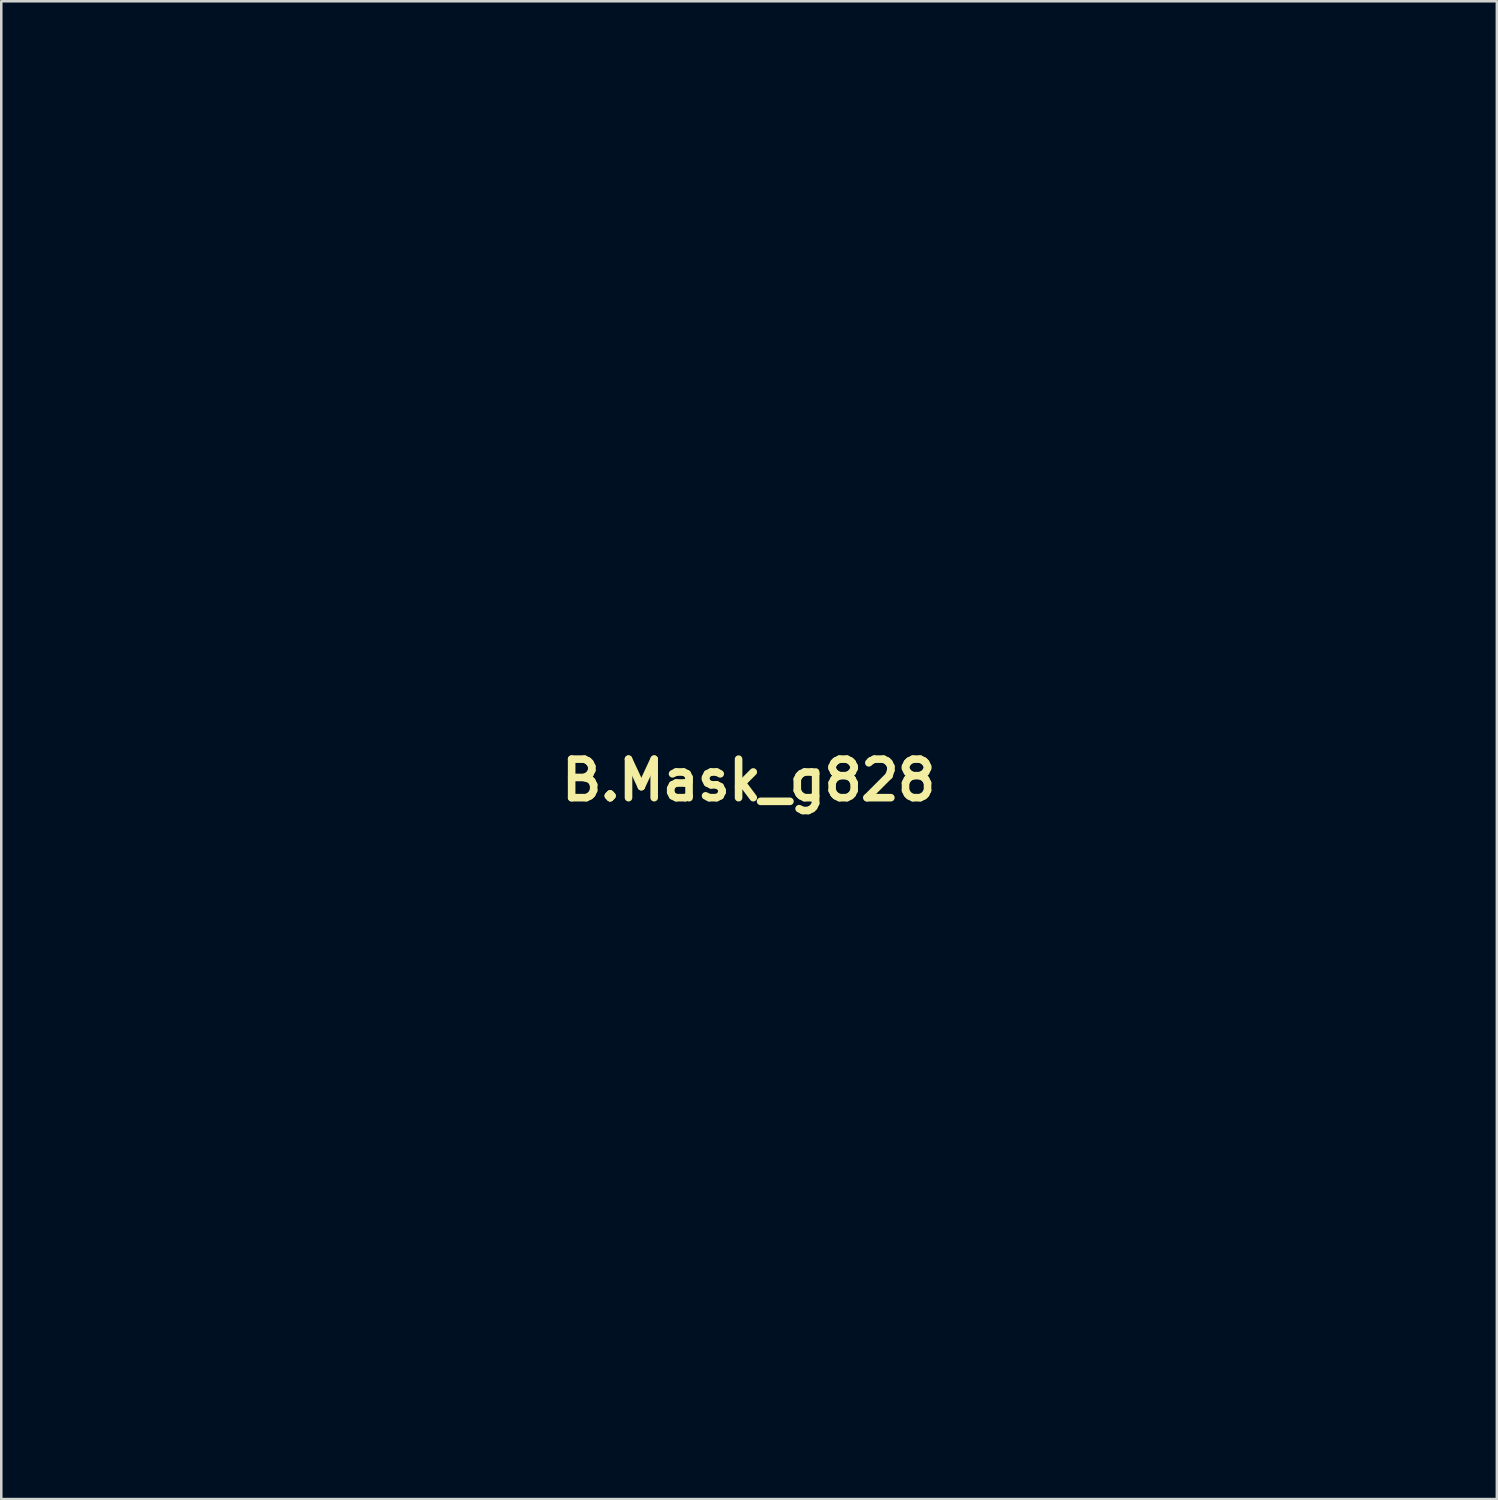
<source format=kicad_pcb>
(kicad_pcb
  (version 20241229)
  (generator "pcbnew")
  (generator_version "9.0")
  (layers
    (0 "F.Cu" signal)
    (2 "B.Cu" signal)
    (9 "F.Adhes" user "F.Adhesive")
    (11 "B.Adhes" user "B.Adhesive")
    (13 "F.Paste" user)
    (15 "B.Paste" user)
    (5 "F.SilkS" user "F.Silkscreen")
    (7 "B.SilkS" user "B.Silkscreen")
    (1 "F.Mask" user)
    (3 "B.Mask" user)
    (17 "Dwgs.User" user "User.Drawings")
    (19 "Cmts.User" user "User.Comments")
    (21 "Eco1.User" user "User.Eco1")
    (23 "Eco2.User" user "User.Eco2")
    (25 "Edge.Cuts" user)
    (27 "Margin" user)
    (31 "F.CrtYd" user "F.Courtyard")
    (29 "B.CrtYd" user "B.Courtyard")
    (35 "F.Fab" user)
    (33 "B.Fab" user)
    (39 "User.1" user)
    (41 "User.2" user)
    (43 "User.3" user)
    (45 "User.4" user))
  (footprint "B.Mask_g828"
    (layer "F.Cu")
    (at 26.566 27.815)
    (property "Reference" "B.Mask_g828" (at 0 0 0) (layer "F.SilkS") (effects (font (size 1.524 1.524) (thickness 0.3))))
    (attr through_hole)
    (fp_poly (pts (xy 15.496 21.475) (xy 15.701 21.509) (xy 15.878 21.567) (xy 16.029 21.65) (xy 16.16 21.76) (xy 16.172 21.773) (xy 16.257 21.872) (xy 16.315 21.968) (xy 16.352 22.072) (xy 16.372 22.198) (xy 16.379 22.299) (xy 16.382 22.406) (xy 16.378 22.486) (xy 16.367 22.557) (xy 16.346 22.634) (xy 16.331 22.68) (xy 16.248 22.884) (xy 16.137 23.086) (xy 15.993 23.291) (xy 15.814 23.504) (xy 15.664 23.66) (xy 15.375 23.929) (xy 15.054 24.186) (xy 14.708 24.428) (xy 14.344 24.652) (xy 13.967 24.854) (xy 13.583 25.032) (xy 13.199 25.182) (xy 12.82 25.3) (xy 12.454 25.384) (xy 12.428 25.389) (xy 12.288 25.409) (xy 12.132 25.423) (xy 11.973 25.43) (xy 11.825 25.431) (xy 11.7 25.425) (xy 11.663 25.421) (xy 11.447 25.374) (xy 11.26 25.298) (xy 11.101 25.197) (xy 10.975 25.072) (xy 10.881 24.925) (xy 10.823 24.759) (xy 10.801 24.577) (xy 10.817 24.379) (xy 10.825 24.342) (xy 10.888 24.134) (xy 10.99 23.921) (xy 11.128 23.704) (xy 11.297 23.486) (xy 11.495 23.269) (xy 11.719 23.054) (xy 11.965 22.845) (xy 12.23 22.642) (xy 12.512 22.449) (xy 12.806 22.267) (xy 13.109 22.098) (xy 13.419 21.944) (xy 13.732 21.808) (xy 14.044 21.692) (xy 14.354 21.597) (xy 14.657 21.526) (xy 14.95 21.481) (xy 15.23 21.463) (xy 15.258 21.463) (xy 15.496 21.475)) (stroke (width 0.01) (type solid)) (fill yes) (layer "B.Mask"))
    (fp_poly (pts (xy 0.425 11.259) (xy 0.829 11.294) (xy 1.266 11.355) (xy 1.734 11.442) (xy 2.233 11.555) (xy 2.381 11.592) (xy 2.611 11.652) (xy 2.804 11.705) (xy 2.964 11.753) (xy 3.097 11.797) (xy 3.206 11.84) (xy 3.296 11.882) (xy 3.371 11.926) (xy 3.424 11.963) (xy 3.638 12.133) (xy 3.814 12.295) (xy 3.956 12.452) (xy 4.065 12.609) (xy 4.144 12.772) (xy 4.196 12.944) (xy 4.224 13.129) (xy 4.229 13.334) (xy 4.227 13.397) (xy 4.195 13.688) (xy 4.128 13.962) (xy 4.023 14.223) (xy 3.879 14.476) (xy 3.788 14.605) (xy 3.621 14.802) (xy 3.429 14.974) (xy 3.213 15.122) (xy 2.969 15.246) (xy 2.697 15.347) (xy 2.395 15.425) (xy 2.063 15.48) (xy 1.697 15.513) (xy 1.298 15.525) (xy 0.863 15.515) (xy 0.847 15.514) (xy 0.419 15.487) (xy 0.01 15.448) (xy -0.377 15.396) (xy -0.738 15.333) (xy -1.069 15.258) (xy -1.368 15.174) (xy -1.63 15.079) (xy -1.767 15.019) (xy -1.938 14.929) (xy -2.085 14.831) (xy -2.21 14.719) (xy -2.318 14.59) (xy -2.411 14.437) (xy -2.493 14.258) (xy -2.567 14.046) (xy -2.637 13.797) (xy -2.645 13.765) (xy -2.68 13.55) (xy -2.682 13.317) (xy -2.652 13.077) (xy -2.591 12.839) (xy -2.573 12.788) (xy -2.518 12.671) (xy -2.431 12.538) (xy -2.318 12.393) (xy -2.184 12.242) (xy -2.032 12.091) (xy -1.869 11.944) (xy -1.714 11.82) (xy -1.586 11.731) (xy -1.431 11.639) (xy -1.261 11.548) (xy -1.09 11.467) (xy -0.932 11.402) (xy -0.867 11.38) (xy -0.593 11.311) (xy -0.286 11.267) (xy 0.053 11.25) (xy 0.425 11.259)) (stroke (width 0.01) (type solid)) (fill yes) (layer "B.Mask"))
    (fp_poly (pts (xy -11.445 -27.807) (xy -11.266 -27.797) (xy -11.119 -27.779) (xy -10.992 -27.753) (xy -10.876 -27.715) (xy -10.76 -27.664) (xy -10.65 -27.595) (xy -10.53 -27.492) (xy -10.407 -27.364) (xy -10.284 -27.217) (xy -10.169 -27.057) (xy -10.065 -26.893) (xy -9.979 -26.73) (xy -9.915 -26.576) (xy -9.9 -26.53) (xy -9.858 -26.318) (xy -9.855 -26.093) (xy -9.891 -25.853) (xy -9.966 -25.598) (xy -10.08 -25.328) (xy -10.101 -25.284) (xy -10.275 -24.981) (xy -10.48 -24.707) (xy -10.715 -24.46) (xy -10.979 -24.244) (xy -11.27 -24.059) (xy -11.587 -23.907) (xy -11.885 -23.801) (xy -12.07 -23.751) (xy -12.289 -23.699) (xy -12.535 -23.647) (xy -12.798 -23.598) (xy -13.071 -23.551) (xy -13.346 -23.509) (xy -13.614 -23.473) (xy -13.868 -23.444) (xy -14.002 -23.432) (xy -14.158 -23.422) (xy -14.321 -23.415) (xy -14.484 -23.413) (xy -14.636 -23.415) (xy -14.769 -23.421) (xy -14.876 -23.43) (xy -14.937 -23.441) (xy -15.029 -23.47) (xy -15.146 -23.517) (xy -15.277 -23.579) (xy -15.412 -23.648) (xy -15.541 -23.721) (xy -15.571 -23.74) (xy -15.752 -23.877) (xy -15.905 -24.044) (xy -16.028 -24.238) (xy -16.118 -24.454) (xy -16.122 -24.469) (xy -16.14 -24.553) (xy -16.153 -24.67) (xy -16.162 -24.812) (xy -16.166 -24.971) (xy -16.165 -25.138) (xy -16.158 -25.304) (xy -16.154 -25.36) (xy -16.143 -25.487) (xy -16.132 -25.583) (xy -16.117 -25.661) (xy -16.096 -25.73) (xy -16.068 -25.804) (xy -16.067 -25.804) (xy -15.956 -26.031) (xy -15.817 -26.242) (xy -15.648 -26.439) (xy -15.449 -26.622) (xy -15.217 -26.793) (xy -14.951 -26.952) (xy -14.651 -27.1) (xy -14.313 -27.237) (xy -13.938 -27.366) (xy -13.523 -27.487) (xy -13.282 -27.549) (xy -12.928 -27.632) (xy -12.608 -27.699) (xy -12.317 -27.749) (xy -12.05 -27.784) (xy -11.802 -27.804) (xy -11.57 -27.81) (xy -11.445 -27.807)) (stroke (width 0.01) (type solid)) (fill yes) (layer "B.Mask"))
    (fp_poly (pts (xy 24.022 -12.381) (xy 24.154 -12.377) (xy 24.26 -12.369) (xy 24.323 -12.361) (xy 24.413 -12.336) (xy 24.526 -12.292) (xy 24.652 -12.235) (xy 24.779 -12.17) (xy 24.895 -12.102) (xy 24.965 -12.056) (xy 25.136 -11.915) (xy 25.307 -11.738) (xy 25.472 -11.532) (xy 25.627 -11.303) (xy 25.765 -11.058) (xy 25.781 -11.028) (xy 25.903 -10.762) (xy 26.022 -10.467) (xy 26.134 -10.148) (xy 26.237 -9.813) (xy 26.331 -9.47) (xy 26.414 -9.124) (xy 26.482 -8.785) (xy 26.536 -8.457) (xy 26.573 -8.15) (xy 26.59 -7.87) (xy 26.592 -7.779) (xy 26.588 -7.578) (xy 26.576 -7.411) (xy 26.554 -7.268) (xy 26.52 -7.143) (xy 26.474 -7.025) (xy 26.459 -6.994) (xy 26.394 -6.89) (xy 26.297 -6.775) (xy 26.175 -6.654) (xy 26.035 -6.532) (xy 25.882 -6.415) (xy 25.725 -6.308) (xy 25.569 -6.218) (xy 25.501 -6.185) (xy 25.306 -6.112) (xy 25.101 -6.074) (xy 24.878 -6.07) (xy 24.786 -6.077) (xy 24.644 -6.101) (xy 24.48 -6.144) (xy 24.305 -6.202) (xy 24.133 -6.271) (xy 24.056 -6.307) (xy 23.753 -6.477) (xy 23.476 -6.68) (xy 23.226 -6.913) (xy 23.007 -7.174) (xy 22.819 -7.461) (xy 22.666 -7.771) (xy 22.621 -7.885) (xy 22.556 -8.078) (xy 22.49 -8.308) (xy 22.426 -8.571) (xy 22.365 -8.855) (xy 22.306 -9.161) (xy 22.256 -9.462) (xy 22.213 -9.753) (xy 22.179 -10.03) (xy 22.154 -10.289) (xy 22.138 -10.527) (xy 22.131 -10.74) (xy 22.134 -10.923) (xy 22.146 -11.073) (xy 22.169 -11.185) (xy 22.203 -11.279) (xy 22.254 -11.397) (xy 22.317 -11.527) (xy 22.384 -11.656) (xy 22.45 -11.774) (xy 22.502 -11.855) (xy 22.634 -12.014) (xy 22.797 -12.15) (xy 22.982 -12.258) (xy 23.184 -12.334) (xy 23.254 -12.351) (xy 23.332 -12.362) (xy 23.443 -12.371) (xy 23.577 -12.377) (xy 23.725 -12.381) (xy 23.876 -12.383) (xy 24.022 -12.381)) (stroke (width 0.01) (type solid)) (fill yes) (layer "B.Mask"))
    (fp_poly (pts (xy 14.84 -24.953) (xy 14.975 -24.944) (xy 15.045 -24.935) (xy 15.319 -24.871) (xy 15.601 -24.765) (xy 15.891 -24.619) (xy 16.129 -24.472) (xy 16.272 -24.374) (xy 16.405 -24.277) (xy 16.534 -24.174) (xy 16.668 -24.061) (xy 16.811 -23.931) (xy 16.972 -23.779) (xy 17.09 -23.665) (xy 17.41 -23.341) (xy 17.698 -23.032) (xy 17.95 -22.739) (xy 18.166 -22.463) (xy 18.306 -22.264) (xy 18.453 -22.028) (xy 18.566 -21.812) (xy 18.646 -21.611) (xy 18.693 -21.42) (xy 18.71 -21.236) (xy 18.696 -21.053) (xy 18.66 -20.889) (xy 18.583 -20.661) (xy 18.486 -20.441) (xy 18.373 -20.237) (xy 18.25 -20.058) (xy 18.121 -19.912) (xy 18.107 -19.899) (xy 17.942 -19.768) (xy 17.753 -19.663) (xy 17.539 -19.585) (xy 17.298 -19.532) (xy 17.025 -19.503) (xy 16.775 -19.497) (xy 16.654 -19.499) (xy 16.536 -19.504) (xy 16.433 -19.51) (xy 16.359 -19.517) (xy 16.352 -19.518) (xy 16.028 -19.586) (xy 15.711 -19.696) (xy 15.403 -19.845) (xy 15.107 -20.032) (xy 15.045 -20.077) (xy 14.911 -20.187) (xy 14.761 -20.326) (xy 14.598 -20.491) (xy 14.426 -20.676) (xy 14.248 -20.877) (xy 14.068 -21.089) (xy 13.89 -21.309) (xy 13.717 -21.531) (xy 13.553 -21.752) (xy 13.4 -21.966) (xy 13.264 -22.169) (xy 13.147 -22.356) (xy 13.052 -22.524) (xy 12.984 -22.667) (xy 12.978 -22.683) (xy 12.945 -22.796) (xy 12.919 -22.939) (xy 12.901 -23.103) (xy 12.891 -23.275) (xy 12.891 -23.444) (xy 12.9 -23.6) (xy 12.919 -23.731) (xy 12.922 -23.744) (xy 12.98 -23.915) (xy 13.067 -24.085) (xy 13.178 -24.242) (xy 13.303 -24.375) (xy 13.36 -24.423) (xy 13.429 -24.47) (xy 13.527 -24.531) (xy 13.643 -24.6) (xy 13.77 -24.673) (xy 13.898 -24.743) (xy 14.018 -24.807) (xy 14.121 -24.859) (xy 14.197 -24.894) (xy 14.203 -24.896) (xy 14.289 -24.919) (xy 14.407 -24.937) (xy 14.545 -24.949) (xy 14.693 -24.955) (xy 14.84 -24.953)) (stroke (width 0.01) (type solid)) (fill yes) (layer "B.Mask"))
    (fp_poly (pts (xy -24.325 -6.491) (xy -24.21 -6.476) (xy -24.103 -6.444) (xy -24.008 -6.402) (xy -23.796 -6.276) (xy -23.584 -6.115) (xy -23.379 -5.924) (xy -23.186 -5.711) (xy -23.011 -5.481) (xy -22.861 -5.242) (xy -22.813 -5.151) (xy -22.764 -5.056) (xy -22.725 -4.976) (xy -22.693 -4.905) (xy -22.668 -4.838) (xy -22.649 -4.77) (xy -22.636 -4.696) (xy -22.627 -4.609) (xy -22.621 -4.504) (xy -22.618 -4.377) (xy -22.617 -4.221) (xy -22.618 -4.031) (xy -22.618 -3.905) (xy -22.618 -3.695) (xy -22.62 -3.521) (xy -22.621 -3.377) (xy -22.624 -3.258) (xy -22.629 -3.158) (xy -22.635 -3.071) (xy -22.643 -2.99) (xy -22.652 -2.91) (xy -22.665 -2.826) (xy -22.666 -2.815) (xy -22.728 -2.47) (xy -22.811 -2.097) (xy -22.914 -1.701) (xy -22.953 -1.56) (xy -23.015 -1.354) (xy -23.074 -1.181) (xy -23.132 -1.036) (xy -23.195 -0.91) (xy -23.266 -0.796) (xy -23.349 -0.688) (xy -23.448 -0.577) (xy -23.516 -0.507) (xy -23.658 -0.37) (xy -23.782 -0.265) (xy -23.892 -0.188) (xy -23.992 -0.136) (xy -24.045 -0.117) (xy -24.131 -0.099) (xy -24.248 -0.086) (xy -24.384 -0.076) (xy -24.527 -0.072) (xy -24.666 -0.074) (xy -24.79 -0.082) (xy -24.823 -0.085) (xy -25.019 -0.118) (xy -25.192 -0.165) (xy -25.35 -0.231) (xy -25.503 -0.32) (xy -25.658 -0.437) (xy -25.825 -0.586) (xy -25.852 -0.612) (xy -26.024 -0.791) (xy -26.162 -0.964) (xy -26.271 -1.138) (xy -26.357 -1.323) (xy -26.405 -1.46) (xy -26.472 -1.719) (xy -26.521 -2.003) (xy -26.55 -2.314) (xy -26.561 -2.654) (xy -26.553 -3.026) (xy -26.526 -3.431) (xy -26.481 -3.872) (xy -26.468 -3.978) (xy -26.413 -4.364) (xy -26.349 -4.71) (xy -26.276 -5.019) (xy -26.192 -5.292) (xy -26.095 -5.531) (xy -25.984 -5.738) (xy -25.858 -5.916) (xy -25.714 -6.066) (xy -25.552 -6.19) (xy -25.369 -6.29) (xy -25.165 -6.369) (xy -24.938 -6.428) (xy -24.687 -6.47) (xy -24.623 -6.477) (xy -24.459 -6.491) (xy -24.325 -6.491)) (stroke (width 0.01) (type solid)) (fill yes) (layer "B.Mask")))
  (gr_rect
    (start -3 -3)
    (end 56.163 56.251)
    (stroke (width 0.1) (type default))
    (fill no)
    (layer "Edge.Cuts")))
</source>
